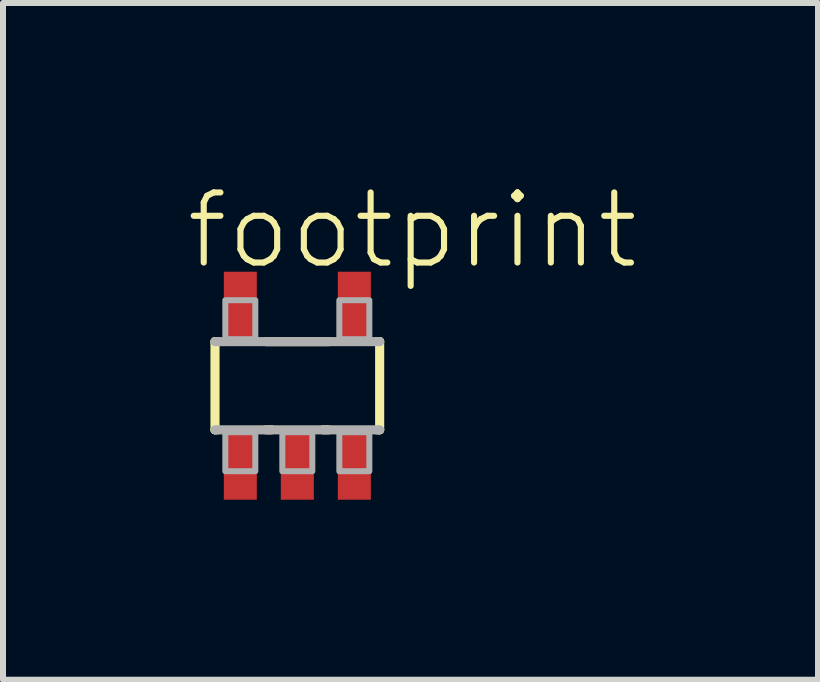
<source format=kicad_pcb>
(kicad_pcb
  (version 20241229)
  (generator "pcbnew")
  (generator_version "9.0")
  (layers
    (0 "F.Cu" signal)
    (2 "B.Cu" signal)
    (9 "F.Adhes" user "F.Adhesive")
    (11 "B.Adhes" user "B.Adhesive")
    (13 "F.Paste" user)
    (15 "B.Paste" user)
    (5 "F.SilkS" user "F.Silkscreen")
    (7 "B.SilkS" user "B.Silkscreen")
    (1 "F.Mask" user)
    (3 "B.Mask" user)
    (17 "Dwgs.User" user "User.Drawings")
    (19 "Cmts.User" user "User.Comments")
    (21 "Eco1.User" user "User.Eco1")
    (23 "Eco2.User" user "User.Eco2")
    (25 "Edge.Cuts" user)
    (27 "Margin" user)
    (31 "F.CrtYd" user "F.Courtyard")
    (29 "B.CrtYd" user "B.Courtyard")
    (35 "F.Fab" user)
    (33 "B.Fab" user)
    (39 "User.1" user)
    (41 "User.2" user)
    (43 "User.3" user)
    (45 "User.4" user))
  (footprint "footprint"
    (layer "F.Cu")
    (at 1.905 3.378)
    (property "Reference" "footprint" (at -1.905 -1.905 0) (layer "F.SilkS") (effects (font (size 1.168 1.168) (thickness 0.102)) (justify left bottom)))
    (fp_line (start -1.372 -0.735) (end -1.328 -0.735) (stroke (width 0.152) (type solid)) (layer "F.SilkS"))
    (fp_line (start -1.372 0.735) (end -1.372 -0.735) (stroke (width 0.152) (type solid)) (layer "F.SilkS"))
    (fp_line (start -1.328 0.735) (end -1.372 0.735) (stroke (width 0.152) (type solid)) (layer "F.SilkS"))
    (fp_line (start -0.522 -0.735) (end 0.522 -0.735) (stroke (width 0.152) (type solid)) (layer "F.SilkS"))
    (fp_line (start -0.428 0.735) (end -0.522 0.735) (stroke (width 0.152) (type solid)) (layer "F.SilkS"))
    (fp_line (start 0.522 0.735) (end 0.428 0.735) (stroke (width 0.152) (type solid)) (layer "F.SilkS"))
    (fp_line (start 1.328 -0.735) (end 1.372 -0.735) (stroke (width 0.152) (type solid)) (layer "F.SilkS"))
    (fp_line (start 1.372 -0.735) (end 1.372 0.735) (stroke (width 0.152) (type solid)) (layer "F.SilkS"))
    (fp_line (start 1.372 0.735) (end 1.328 0.735) (stroke (width 0.152) (type solid)) (layer "F.SilkS"))
    (fp_line (start -1.372 -0.735) (end 1.372 -0.735) (stroke (width 0.152) (type solid)) (layer "F.Fab"))
    (fp_line (start 1.372 0.735) (end -1.372 0.735) (stroke (width 0.152) (type solid)) (layer "F.Fab"))
    (fp_poly (pts (xy -1.2 -0.775) (xy -0.7 -0.775) (xy -0.7 -1.425) (xy -1.2 -1.425)) (stroke (width 0.1) (type solid)) (fill no) (layer "F.Fab"))
    (fp_poly (pts (xy -1.2 1.425) (xy -0.7 1.425) (xy -0.7 0.775) (xy -1.2 0.775)) (stroke (width 0.1) (type solid)) (fill no) (layer "F.Fab"))
    (fp_poly (pts (xy -0.25 1.425) (xy 0.25 1.425) (xy 0.25 0.775) (xy -0.25 0.775)) (stroke (width 0.1) (type solid)) (fill no) (layer "F.Fab"))
    (fp_poly (pts (xy 0.7 -0.775) (xy 1.2 -0.775) (xy 1.2 -1.425) (xy 0.7 -1.425)) (stroke (width 0.1) (type solid)) (fill no) (layer "F.Fab"))
    (fp_poly (pts (xy 0.7 1.425) (xy 1.2 1.425) (xy 1.2 0.775) (xy 0.7 0.775)) (stroke (width 0.1) (type solid)) (fill no) (layer "F.Fab"))
    (pad "1" smd rect (at -0.95 1.3) (size 0.55 1.2) (layers "F.Cu" "F.Mask" "F.Paste"))
    (pad "2" smd rect (at 0 1.3) (size 0.55 1.2) (layers "F.Cu" "F.Mask" "F.Paste"))
    (pad "3" smd rect (at 0.95 1.3) (size 0.55 1.2) (layers "F.Cu" "F.Mask" "F.Paste"))
    (pad "4" smd rect (at 0.95 -1.3) (size 0.55 1.2) (layers "F.Cu" "F.Mask" "F.Paste"))
    (pad "5" smd rect (at -0.95 -1.3) (size 0.55 1.2) (layers "F.Cu" "F.Mask" "F.Paste")))
  (gr_rect
    (start -3 -3)
    (end 10.582 8.278)
    (stroke (width 0.1) (type default))
    (fill no)
    (layer "Edge.Cuts")))
</source>
